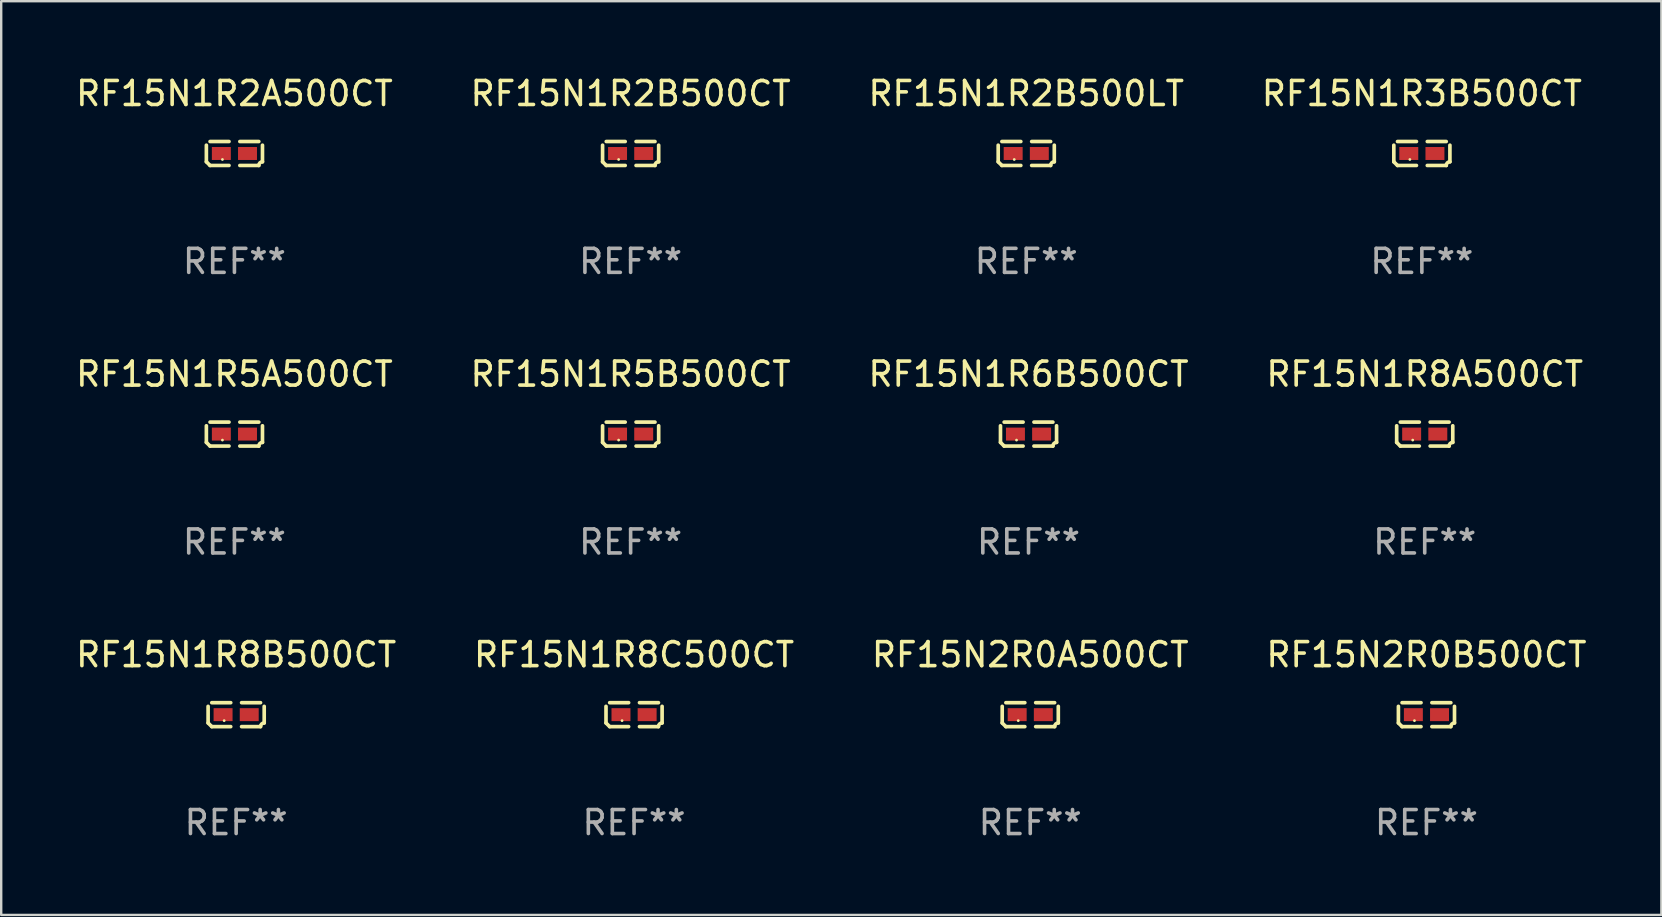
<source format=kicad_pcb>
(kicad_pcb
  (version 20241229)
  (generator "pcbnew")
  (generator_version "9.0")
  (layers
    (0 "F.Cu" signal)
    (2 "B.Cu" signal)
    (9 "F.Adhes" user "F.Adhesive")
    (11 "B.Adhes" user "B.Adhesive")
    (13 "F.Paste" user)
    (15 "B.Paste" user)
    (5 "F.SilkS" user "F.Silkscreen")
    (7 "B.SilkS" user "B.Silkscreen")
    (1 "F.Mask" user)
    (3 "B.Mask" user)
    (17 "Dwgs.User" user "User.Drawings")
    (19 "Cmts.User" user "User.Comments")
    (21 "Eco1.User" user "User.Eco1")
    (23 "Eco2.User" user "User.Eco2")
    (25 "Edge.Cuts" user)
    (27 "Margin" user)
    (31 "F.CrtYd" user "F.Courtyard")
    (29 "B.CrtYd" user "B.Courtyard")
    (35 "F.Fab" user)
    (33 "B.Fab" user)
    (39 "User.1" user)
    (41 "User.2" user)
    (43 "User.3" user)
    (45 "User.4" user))
  (footprint "RF15N1R5B500CT"
    (layer "F.Cu")
    (at 23.232 15.041)
    (property "Reference" "RF15N1R5B500CT" (at 0 -2.499 0) (layer "F.SilkS") (effects (font (size 1 1) (thickness 0.15))))
    (attr through_hole)
    (fp_line (start -1.169 0.346) (end -1.169 -0.346) (stroke (width 0.152) (type solid)) (layer "F.SilkS"))
    (fp_line (start -1.016 -0.499) (end -0.226 -0.499) (stroke (width 0.152) (type solid)) (layer "F.SilkS"))
    (fp_line (start -0.226 0.499) (end -1.016 0.499) (stroke (width 0.152) (type solid)) (layer "F.SilkS"))
    (fp_line (start 0.226 0.499) (end 1.016 0.499) (stroke (width 0.152) (type solid)) (layer "F.SilkS"))
    (fp_line (start 1.016 -0.499) (end 0.226 -0.499) (stroke (width 0.152) (type solid)) (layer "F.SilkS"))
    (fp_line (start 1.169 0.346) (end 1.169 -0.346) (stroke (width 0.152) (type solid)) (layer "F.SilkS"))
    (fp_arc (start -1.016307 0.498603) (mid -1.092512 0.422405) (end -1.16871 0.3462) (stroke (width 0.1524) (type solid)) (layer "F.SilkS"))
    (fp_arc (start 1.016307 0.498603) (mid 1.060899 0.390758) (end 1.168707 0.346076) (stroke (width 0.1524) (type solid)) (layer "F.SilkS"))
    (fp_circle (center -0.5 0.25) (end -0.47 0.25) (stroke (width 0.06) (type solid)) (fill no) (layer "F.SilkS"))
    (fp_text user "REF**" (at 0 4.499 0) (layer "F.Fab") (effects (font (size 1 1) (thickness 0.15))))
    (pad "1" smd rect (at -0.545 0) (size 0.79 0.54) (layers "F.Cu" "F.Mask" "F.Paste"))
    (pad "2" smd rect (at 0.545 0) (size 0.79 0.54) (layers "F.Cu" "F.Mask" "F.Paste")))
  (footprint "RF15N2R0B500CT"
    (layer "F.Cu")
    (at 56.399 26.734)
    (property "Reference" "RF15N2R0B500CT" (at 0 -2.499 0) (layer "F.SilkS") (effects (font (size 1 1) (thickness 0.15))))
    (attr through_hole)
    (fp_line (start -1.169 0.346) (end -1.169 -0.346) (stroke (width 0.152) (type solid)) (layer "F.SilkS"))
    (fp_line (start -1.016 -0.499) (end -0.226 -0.499) (stroke (width 0.152) (type solid)) (layer "F.SilkS"))
    (fp_line (start -0.226 0.499) (end -1.016 0.499) (stroke (width 0.152) (type solid)) (layer "F.SilkS"))
    (fp_line (start 0.226 0.499) (end 1.016 0.499) (stroke (width 0.152) (type solid)) (layer "F.SilkS"))
    (fp_line (start 1.016 -0.499) (end 0.226 -0.499) (stroke (width 0.152) (type solid)) (layer "F.SilkS"))
    (fp_line (start 1.169 0.346) (end 1.169 -0.346) (stroke (width 0.152) (type solid)) (layer "F.SilkS"))
    (fp_arc (start -1.016307 0.498603) (mid -1.092512 0.422405) (end -1.16871 0.3462) (stroke (width 0.1524) (type solid)) (layer "F.SilkS"))
    (fp_arc (start 1.016307 0.498603) (mid 1.060899 0.390758) (end 1.168707 0.346076) (stroke (width 0.1524) (type solid)) (layer "F.SilkS"))
    (fp_circle (center -0.5 0.25) (end -0.47 0.25) (stroke (width 0.06) (type solid)) (fill no) (layer "F.SilkS"))
    (fp_text user "REF**" (at 0 4.499 0) (layer "F.Fab") (effects (font (size 1 1) (thickness 0.15))))
    (pad "1" smd rect (at -0.545 0) (size 0.79 0.54) (layers "F.Cu" "F.Mask" "F.Paste"))
    (pad "2" smd rect (at 0.545 0) (size 0.79 0.54) (layers "F.Cu" "F.Mask" "F.Paste")))
  (footprint "RF15N1R8B500CT"
    (layer "F.Cu")
    (at 6.792 26.734)
    (property "Reference" "RF15N1R8B500CT" (at 0 -2.499 0) (layer "F.SilkS") (effects (font (size 1 1) (thickness 0.15))))
    (attr through_hole)
    (fp_line (start -1.169 0.346) (end -1.169 -0.346) (stroke (width 0.152) (type solid)) (layer "F.SilkS"))
    (fp_line (start -1.016 -0.499) (end -0.226 -0.499) (stroke (width 0.152) (type solid)) (layer "F.SilkS"))
    (fp_line (start -0.226 0.499) (end -1.016 0.499) (stroke (width 0.152) (type solid)) (layer "F.SilkS"))
    (fp_line (start 0.226 0.499) (end 1.016 0.499) (stroke (width 0.152) (type solid)) (layer "F.SilkS"))
    (fp_line (start 1.016 -0.499) (end 0.226 -0.499) (stroke (width 0.152) (type solid)) (layer "F.SilkS"))
    (fp_line (start 1.169 0.346) (end 1.169 -0.346) (stroke (width 0.152) (type solid)) (layer "F.SilkS"))
    (fp_arc (start -1.016307 0.498603) (mid -1.092512 0.422405) (end -1.16871 0.3462) (stroke (width 0.1524) (type solid)) (layer "F.SilkS"))
    (fp_arc (start 1.016307 0.498603) (mid 1.060899 0.390758) (end 1.168707 0.346076) (stroke (width 0.1524) (type solid)) (layer "F.SilkS"))
    (fp_circle (center -0.5 0.25) (end -0.47 0.25) (stroke (width 0.06) (type solid)) (fill no) (layer "F.SilkS"))
    (fp_text user "REF**" (at 0 4.499 0) (layer "F.Fab") (effects (font (size 1 1) (thickness 0.15))))
    (pad "1" smd rect (at -0.545 0) (size 0.79 0.54) (layers "F.Cu" "F.Mask" "F.Paste"))
    (pad "2" smd rect (at 0.545 0) (size 0.79 0.54) (layers "F.Cu" "F.Mask" "F.Paste")))
  (footprint "RF15N2R0A500CT"
    (layer "F.Cu")
    (at 39.887 26.734)
    (property "Reference" "RF15N2R0A500CT" (at 0 -2.499 0) (layer "F.SilkS") (effects (font (size 1 1) (thickness 0.15))))
    (attr through_hole)
    (fp_line (start -1.169 0.346) (end -1.169 -0.346) (stroke (width 0.152) (type solid)) (layer "F.SilkS"))
    (fp_line (start -1.016 -0.499) (end -0.226 -0.499) (stroke (width 0.152) (type solid)) (layer "F.SilkS"))
    (fp_line (start -0.226 0.499) (end -1.016 0.499) (stroke (width 0.152) (type solid)) (layer "F.SilkS"))
    (fp_line (start 0.226 0.499) (end 1.016 0.499) (stroke (width 0.152) (type solid)) (layer "F.SilkS"))
    (fp_line (start 1.016 -0.499) (end 0.226 -0.499) (stroke (width 0.152) (type solid)) (layer "F.SilkS"))
    (fp_line (start 1.169 0.346) (end 1.169 -0.346) (stroke (width 0.152) (type solid)) (layer "F.SilkS"))
    (fp_arc (start -1.016307 0.498603) (mid -1.092512 0.422405) (end -1.16871 0.3462) (stroke (width 0.1524) (type solid)) (layer "F.SilkS"))
    (fp_arc (start 1.016307 0.498603) (mid 1.060899 0.390758) (end 1.168707 0.346076) (stroke (width 0.1524) (type solid)) (layer "F.SilkS"))
    (fp_circle (center -0.5 0.25) (end -0.47 0.25) (stroke (width 0.06) (type solid)) (fill no) (layer "F.SilkS"))
    (fp_text user "REF**" (at 0 4.499 0) (layer "F.Fab") (effects (font (size 1 1) (thickness 0.15))))
    (pad "1" smd rect (at -0.545 0) (size 0.79 0.54) (layers "F.Cu" "F.Mask" "F.Paste"))
    (pad "2" smd rect (at 0.545 0) (size 0.79 0.54) (layers "F.Cu" "F.Mask" "F.Paste")))
  (footprint "RF15N1R8C500CT"
    (layer "F.Cu")
    (at 23.375 26.734)
    (property "Reference" "RF15N1R8C500CT" (at 0 -2.499 0) (layer "F.SilkS") (effects (font (size 1 1) (thickness 0.15))))
    (attr through_hole)
    (fp_line (start -1.169 0.346) (end -1.169 -0.346) (stroke (width 0.152) (type solid)) (layer "F.SilkS"))
    (fp_line (start -1.016 -0.499) (end -0.226 -0.499) (stroke (width 0.152) (type solid)) (layer "F.SilkS"))
    (fp_line (start -0.226 0.499) (end -1.016 0.499) (stroke (width 0.152) (type solid)) (layer "F.SilkS"))
    (fp_line (start 0.226 0.499) (end 1.016 0.499) (stroke (width 0.152) (type solid)) (layer "F.SilkS"))
    (fp_line (start 1.016 -0.499) (end 0.226 -0.499) (stroke (width 0.152) (type solid)) (layer "F.SilkS"))
    (fp_line (start 1.169 0.346) (end 1.169 -0.346) (stroke (width 0.152) (type solid)) (layer "F.SilkS"))
    (fp_arc (start -1.016307 0.498603) (mid -1.092512 0.422405) (end -1.16871 0.3462) (stroke (width 0.1524) (type solid)) (layer "F.SilkS"))
    (fp_arc (start 1.016307 0.498603) (mid 1.060899 0.390758) (end 1.168707 0.346076) (stroke (width 0.1524) (type solid)) (layer "F.SilkS"))
    (fp_circle (center -0.5 0.25) (end -0.47 0.25) (stroke (width 0.06) (type solid)) (fill no) (layer "F.SilkS"))
    (fp_text user "REF**" (at 0 4.499 0) (layer "F.Fab") (effects (font (size 1 1) (thickness 0.15))))
    (pad "1" smd rect (at -0.545 0) (size 0.79 0.54) (layers "F.Cu" "F.Mask" "F.Paste"))
    (pad "2" smd rect (at 0.545 0) (size 0.79 0.54) (layers "F.Cu" "F.Mask" "F.Paste")))
  (footprint "RF15N1R2A500CT"
    (layer "F.Cu")
    (at 6.72 3.347)
    (property "Reference" "RF15N1R2A500CT" (at 0 -2.499 0) (layer "F.SilkS") (effects (font (size 1 1) (thickness 0.15))))
    (attr through_hole)
    (fp_line (start -1.169 0.346) (end -1.169 -0.346) (stroke (width 0.152) (type solid)) (layer "F.SilkS"))
    (fp_line (start -1.016 -0.499) (end -0.226 -0.499) (stroke (width 0.152) (type solid)) (layer "F.SilkS"))
    (fp_line (start -0.226 0.499) (end -1.016 0.499) (stroke (width 0.152) (type solid)) (layer "F.SilkS"))
    (fp_line (start 0.226 0.499) (end 1.016 0.499) (stroke (width 0.152) (type solid)) (layer "F.SilkS"))
    (fp_line (start 1.016 -0.499) (end 0.226 -0.499) (stroke (width 0.152) (type solid)) (layer "F.SilkS"))
    (fp_line (start 1.169 0.346) (end 1.169 -0.346) (stroke (width 0.152) (type solid)) (layer "F.SilkS"))
    (fp_arc (start -1.016307 0.498603) (mid -1.092512 0.422405) (end -1.16871 0.3462) (stroke (width 0.1524) (type solid)) (layer "F.SilkS"))
    (fp_arc (start 1.016307 0.498603) (mid 1.060899 0.390758) (end 1.168707 0.346076) (stroke (width 0.1524) (type solid)) (layer "F.SilkS"))
    (fp_circle (center -0.5 0.25) (end -0.47 0.25) (stroke (width 0.06) (type solid)) (fill no) (layer "F.SilkS"))
    (fp_text user "REF**" (at 0 4.499 0) (layer "F.Fab") (effects (font (size 1 1) (thickness 0.15))))
    (pad "1" smd rect (at -0.545 0) (size 0.79 0.54) (layers "F.Cu" "F.Mask" "F.Paste"))
    (pad "2" smd rect (at 0.545 0) (size 0.79 0.54) (layers "F.Cu" "F.Mask" "F.Paste")))
  (footprint "RF15N1R2B500CT"
    (layer "F.Cu")
    (at 23.232 3.347)
    (property "Reference" "RF15N1R2B500CT" (at 0 -2.499 0) (layer "F.SilkS") (effects (font (size 1 1) (thickness 0.15))))
    (attr through_hole)
    (fp_line (start -1.169 0.346) (end -1.169 -0.346) (stroke (width 0.152) (type solid)) (layer "F.SilkS"))
    (fp_line (start -1.016 -0.499) (end -0.226 -0.499) (stroke (width 0.152) (type solid)) (layer "F.SilkS"))
    (fp_line (start -0.226 0.499) (end -1.016 0.499) (stroke (width 0.152) (type solid)) (layer "F.SilkS"))
    (fp_line (start 0.226 0.499) (end 1.016 0.499) (stroke (width 0.152) (type solid)) (layer "F.SilkS"))
    (fp_line (start 1.016 -0.499) (end 0.226 -0.499) (stroke (width 0.152) (type solid)) (layer "F.SilkS"))
    (fp_line (start 1.169 0.346) (end 1.169 -0.346) (stroke (width 0.152) (type solid)) (layer "F.SilkS"))
    (fp_arc (start -1.016307 0.498603) (mid -1.092512 0.422405) (end -1.16871 0.3462) (stroke (width 0.1524) (type solid)) (layer "F.SilkS"))
    (fp_arc (start 1.016307 0.498603) (mid 1.060899 0.390758) (end 1.168707 0.346076) (stroke (width 0.1524) (type solid)) (layer "F.SilkS"))
    (fp_circle (center -0.5 0.25) (end -0.47 0.25) (stroke (width 0.06) (type solid)) (fill no) (layer "F.SilkS"))
    (fp_text user "REF**" (at 0 4.499 0) (layer "F.Fab") (effects (font (size 1 1) (thickness 0.15))))
    (pad "1" smd rect (at -0.545 0) (size 0.79 0.54) (layers "F.Cu" "F.Mask" "F.Paste"))
    (pad "2" smd rect (at 0.545 0) (size 0.79 0.54) (layers "F.Cu" "F.Mask" "F.Paste")))
  (footprint "RF15N1R8A500CT"
    (layer "F.Cu")
    (at 56.327 15.041)
    (property "Reference" "RF15N1R8A500CT" (at 0 -2.499 0) (layer "F.SilkS") (effects (font (size 1 1) (thickness 0.15))))
    (attr through_hole)
    (fp_line (start -1.169 0.346) (end -1.169 -0.346) (stroke (width 0.152) (type solid)) (layer "F.SilkS"))
    (fp_line (start -1.016 -0.499) (end -0.226 -0.499) (stroke (width 0.152) (type solid)) (layer "F.SilkS"))
    (fp_line (start -0.226 0.499) (end -1.016 0.499) (stroke (width 0.152) (type solid)) (layer "F.SilkS"))
    (fp_line (start 0.226 0.499) (end 1.016 0.499) (stroke (width 0.152) (type solid)) (layer "F.SilkS"))
    (fp_line (start 1.016 -0.499) (end 0.226 -0.499) (stroke (width 0.152) (type solid)) (layer "F.SilkS"))
    (fp_line (start 1.169 0.346) (end 1.169 -0.346) (stroke (width 0.152) (type solid)) (layer "F.SilkS"))
    (fp_arc (start -1.016307 0.498603) (mid -1.092512 0.422405) (end -1.16871 0.3462) (stroke (width 0.1524) (type solid)) (layer "F.SilkS"))
    (fp_arc (start 1.016307 0.498603) (mid 1.060899 0.390758) (end 1.168707 0.346076) (stroke (width 0.1524) (type solid)) (layer "F.SilkS"))
    (fp_circle (center -0.5 0.25) (end -0.47 0.25) (stroke (width 0.06) (type solid)) (fill no) (layer "F.SilkS"))
    (fp_text user "REF**" (at 0 4.499 0) (layer "F.Fab") (effects (font (size 1 1) (thickness 0.15))))
    (pad "1" smd rect (at -0.545 0) (size 0.79 0.54) (layers "F.Cu" "F.Mask" "F.Paste"))
    (pad "2" smd rect (at 0.545 0) (size 0.79 0.54) (layers "F.Cu" "F.Mask" "F.Paste")))
  (footprint "RF15N1R6B500CT"
    (layer "F.Cu")
    (at 39.815 15.041)
    (property "Reference" "RF15N1R6B500CT" (at 0 -2.499 0) (layer "F.SilkS") (effects (font (size 1 1) (thickness 0.15))))
    (attr through_hole)
    (fp_line (start -1.169 0.346) (end -1.169 -0.346) (stroke (width 0.152) (type solid)) (layer "F.SilkS"))
    (fp_line (start -1.016 -0.499) (end -0.226 -0.499) (stroke (width 0.152) (type solid)) (layer "F.SilkS"))
    (fp_line (start -0.226 0.499) (end -1.016 0.499) (stroke (width 0.152) (type solid)) (layer "F.SilkS"))
    (fp_line (start 0.226 0.499) (end 1.016 0.499) (stroke (width 0.152) (type solid)) (layer "F.SilkS"))
    (fp_line (start 1.016 -0.499) (end 0.226 -0.499) (stroke (width 0.152) (type solid)) (layer "F.SilkS"))
    (fp_line (start 1.169 0.346) (end 1.169 -0.346) (stroke (width 0.152) (type solid)) (layer "F.SilkS"))
    (fp_arc (start -1.016307 0.498603) (mid -1.092512 0.422405) (end -1.16871 0.3462) (stroke (width 0.1524) (type solid)) (layer "F.SilkS"))
    (fp_arc (start 1.016307 0.498603) (mid 1.060899 0.390758) (end 1.168707 0.346076) (stroke (width 0.1524) (type solid)) (layer "F.SilkS"))
    (fp_circle (center -0.5 0.25) (end -0.47 0.25) (stroke (width 0.06) (type solid)) (fill no) (layer "F.SilkS"))
    (fp_text user "REF**" (at 0 4.499 0) (layer "F.Fab") (effects (font (size 1 1) (thickness 0.15))))
    (pad "1" smd rect (at -0.545 0) (size 0.79 0.54) (layers "F.Cu" "F.Mask" "F.Paste"))
    (pad "2" smd rect (at 0.545 0) (size 0.79 0.54) (layers "F.Cu" "F.Mask" "F.Paste")))
  (footprint "RF15N1R5A500CT"
    (layer "F.Cu")
    (at 6.72 15.041)
    (property "Reference" "RF15N1R5A500CT" (at 0 -2.499 0) (layer "F.SilkS") (effects (font (size 1 1) (thickness 0.15))))
    (attr through_hole)
    (fp_line (start -1.169 0.346) (end -1.169 -0.346) (stroke (width 0.152) (type solid)) (layer "F.SilkS"))
    (fp_line (start -1.016 -0.499) (end -0.226 -0.499) (stroke (width 0.152) (type solid)) (layer "F.SilkS"))
    (fp_line (start -0.226 0.499) (end -1.016 0.499) (stroke (width 0.152) (type solid)) (layer "F.SilkS"))
    (fp_line (start 0.226 0.499) (end 1.016 0.499) (stroke (width 0.152) (type solid)) (layer "F.SilkS"))
    (fp_line (start 1.016 -0.499) (end 0.226 -0.499) (stroke (width 0.152) (type solid)) (layer "F.SilkS"))
    (fp_line (start 1.169 0.346) (end 1.169 -0.346) (stroke (width 0.152) (type solid)) (layer "F.SilkS"))
    (fp_arc (start -1.016307 0.498603) (mid -1.092512 0.422405) (end -1.16871 0.3462) (stroke (width 0.1524) (type solid)) (layer "F.SilkS"))
    (fp_arc (start 1.016307 0.498603) (mid 1.060899 0.390758) (end 1.168707 0.346076) (stroke (width 0.1524) (type solid)) (layer "F.SilkS"))
    (fp_circle (center -0.5 0.25) (end -0.47 0.25) (stroke (width 0.06) (type solid)) (fill no) (layer "F.SilkS"))
    (fp_text user "REF**" (at 0 4.499 0) (layer "F.Fab") (effects (font (size 1 1) (thickness 0.15))))
    (pad "1" smd rect (at -0.545 0) (size 0.79 0.54) (layers "F.Cu" "F.Mask" "F.Paste"))
    (pad "2" smd rect (at 0.545 0) (size 0.79 0.54) (layers "F.Cu" "F.Mask" "F.Paste")))
  (footprint "RF15N1R2B500LT"
    (layer "F.Cu")
    (at 39.72 3.347)
    (property "Reference" "RF15N1R2B500LT" (at 0 -2.499 0) (layer "F.SilkS") (effects (font (size 1 1) (thickness 0.15))))
    (attr through_hole)
    (fp_line (start -1.169 0.346) (end -1.169 -0.346) (stroke (width 0.152) (type solid)) (layer "F.SilkS"))
    (fp_line (start -1.016 -0.499) (end -0.226 -0.499) (stroke (width 0.152) (type solid)) (layer "F.SilkS"))
    (fp_line (start -0.226 0.499) (end -1.016 0.499) (stroke (width 0.152) (type solid)) (layer "F.SilkS"))
    (fp_line (start 0.226 0.499) (end 1.016 0.499) (stroke (width 0.152) (type solid)) (layer "F.SilkS"))
    (fp_line (start 1.016 -0.499) (end 0.226 -0.499) (stroke (width 0.152) (type solid)) (layer "F.SilkS"))
    (fp_line (start 1.169 0.346) (end 1.169 -0.346) (stroke (width 0.152) (type solid)) (layer "F.SilkS"))
    (fp_arc (start -1.016307 0.498603) (mid -1.092512 0.422405) (end -1.16871 0.3462) (stroke (width 0.1524) (type solid)) (layer "F.SilkS"))
    (fp_arc (start 1.016307 0.498603) (mid 1.060899 0.390758) (end 1.168707 0.346076) (stroke (width 0.1524) (type solid)) (layer "F.SilkS"))
    (fp_circle (center -0.5 0.25) (end -0.47 0.25) (stroke (width 0.06) (type solid)) (fill no) (layer "F.SilkS"))
    (fp_text user "REF**" (at 0 4.499 0) (layer "F.Fab") (effects (font (size 1 1) (thickness 0.15))))
    (pad "1" smd rect (at -0.545 0) (size 0.79 0.54) (layers "F.Cu" "F.Mask" "F.Paste"))
    (pad "2" smd rect (at 0.545 0) (size 0.79 0.54) (layers "F.Cu" "F.Mask" "F.Paste")))
  (footprint "RF15N1R3B500CT"
    (layer "F.Cu")
    (at 56.208 3.347)
    (property "Reference" "RF15N1R3B500CT" (at 0 -2.499 0) (layer "F.SilkS") (effects (font (size 1 1) (thickness 0.15))))
    (attr through_hole)
    (fp_line (start -1.169 0.346) (end -1.169 -0.346) (stroke (width 0.152) (type solid)) (layer "F.SilkS"))
    (fp_line (start -1.016 -0.499) (end -0.226 -0.499) (stroke (width 0.152) (type solid)) (layer "F.SilkS"))
    (fp_line (start -0.226 0.499) (end -1.016 0.499) (stroke (width 0.152) (type solid)) (layer "F.SilkS"))
    (fp_line (start 0.226 0.499) (end 1.016 0.499) (stroke (width 0.152) (type solid)) (layer "F.SilkS"))
    (fp_line (start 1.016 -0.499) (end 0.226 -0.499) (stroke (width 0.152) (type solid)) (layer "F.SilkS"))
    (fp_line (start 1.169 0.346) (end 1.169 -0.346) (stroke (width 0.152) (type solid)) (layer "F.SilkS"))
    (fp_arc (start -1.016307 0.498603) (mid -1.092512 0.422405) (end -1.16871 0.3462) (stroke (width 0.1524) (type solid)) (layer "F.SilkS"))
    (fp_arc (start 1.016307 0.498603) (mid 1.060899 0.390758) (end 1.168707 0.346076) (stroke (width 0.1524) (type solid)) (layer "F.SilkS"))
    (fp_circle (center -0.5 0.25) (end -0.47 0.25) (stroke (width 0.06) (type solid)) (fill no) (layer "F.SilkS"))
    (fp_text user "REF**" (at 0 4.499 0) (layer "F.Fab") (effects (font (size 1 1) (thickness 0.15))))
    (pad "1" smd rect (at -0.545 0) (size 0.79 0.54) (layers "F.Cu" "F.Mask" "F.Paste"))
    (pad "2" smd rect (at 0.545 0) (size 0.79 0.54) (layers "F.Cu" "F.Mask" "F.Paste")))
  (gr_rect
    (start -3 -3)
    (end 66.19 35.081)
    (stroke (width 0.1) (type default))
    (fill no)
    (layer "Edge.Cuts")))
</source>
